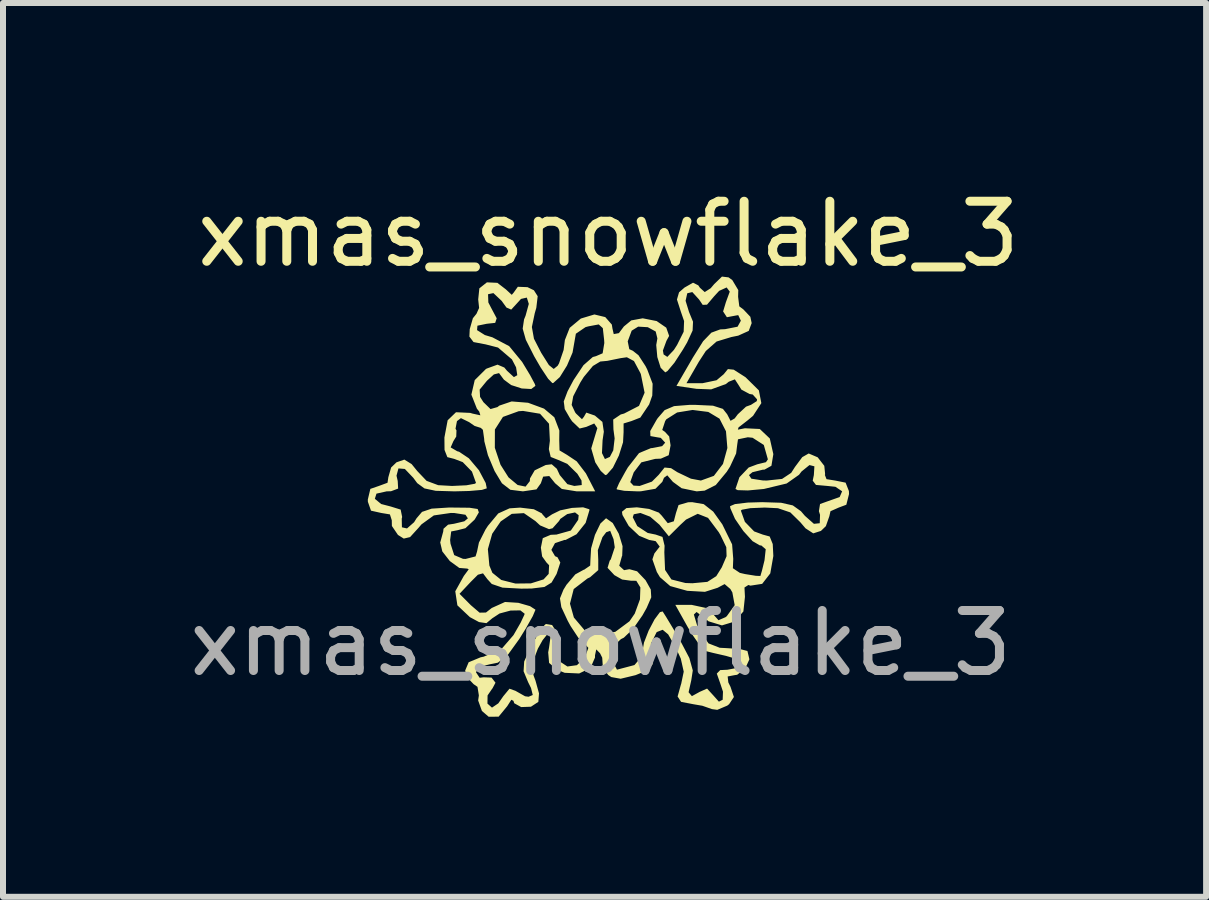
<source format=kicad_pcb>
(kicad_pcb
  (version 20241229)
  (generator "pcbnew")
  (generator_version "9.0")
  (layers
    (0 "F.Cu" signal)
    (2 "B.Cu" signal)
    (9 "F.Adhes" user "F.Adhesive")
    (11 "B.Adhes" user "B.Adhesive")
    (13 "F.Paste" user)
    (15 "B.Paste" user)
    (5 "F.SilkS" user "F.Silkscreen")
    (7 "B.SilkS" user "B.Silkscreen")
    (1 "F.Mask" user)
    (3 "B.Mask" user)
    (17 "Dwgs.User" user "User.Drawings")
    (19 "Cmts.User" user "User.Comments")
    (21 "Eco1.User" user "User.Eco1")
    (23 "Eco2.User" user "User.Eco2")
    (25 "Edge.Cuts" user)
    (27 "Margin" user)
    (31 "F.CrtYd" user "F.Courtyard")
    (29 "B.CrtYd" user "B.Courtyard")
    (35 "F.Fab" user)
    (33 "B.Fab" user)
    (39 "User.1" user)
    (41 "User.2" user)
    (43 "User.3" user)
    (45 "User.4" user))
  (footprint "xmas_snowflake_3"
    (layer "F.Cu")
    (at 6.958 5.166)
    (property "Reference" "xmas_snowflake_3" (at 0.127 -4.318 0) (unlocked yes) (layer "F.SilkS") (effects (font (size 1 1) (thickness 0.15))))
    (fp_poly (pts (xy 2.13 -3.595) (xy 2.192 -3.55) (xy 2.292 -3.383) (xy 2.289 -3.271) (xy 2.309 -3.112) (xy 2.377 -3.061) (xy 2.493 -2.938) (xy 2.515 -2.833) (xy 2.466 -2.703) (xy 2.291 -2.624) (xy 2.177 -2.601) (xy 1.93 -2.526) (xy 1.751 -2.368) (xy 1.634 -2.188) (xy 1.429 -1.832) (xy 1.697 -1.832) (xy 1.93 -1.881) (xy 2.049 -1.981) (xy 2.119 -2.067) (xy 2.216 -2.057) (xy 2.396 -1.942) (xy 2.414 -1.93) (xy 2.635 -1.712) (xy 2.676 -1.5) (xy 2.538 -1.288) (xy 2.448 -1.213) (xy 2.296 -1.095) (xy 2.285 -1.058) (xy 2.403 -1.081) (xy 2.65 -1.069) (xy 2.817 -0.911) (xy 2.876 -0.65) (xy 2.844 -0.456) (xy 2.729 -0.392) (xy 2.701 -0.391) (xy 2.528 -0.349) (xy 2.47 -0.301) (xy 2.51 -0.241) (xy 2.698 -0.212) (xy 2.765 -0.21) (xy 3.021 -0.237) (xy 3.173 -0.338) (xy 3.236 -0.436) (xy 3.358 -0.6) (xy 3.465 -0.661) (xy 3.615 -0.597) (xy 3.725 -0.455) (xy 3.739 -0.314) (xy 3.734 -0.304) (xy 3.762 -0.233) (xy 3.906 -0.21) (xy 4.08 -0.175) (xy 4.135 -0.035) (xy 4.137 0.015) (xy 4.092 0.193) (xy 3.966 0.24) (xy 3.828 0.301) (xy 3.809 0.385) (xy 3.751 0.55) (xy 3.669 0.629) (xy 3.541 0.67) (xy 3.412 0.586) (xy 3.325 0.484) (xy 3.159 0.321) (xy 2.953 0.251) (xy 2.734 0.24) (xy 2.494 0.25) (xy 2.352 0.276) (xy 2.335 0.291) (xy 2.402 0.478) (xy 2.556 0.637) (xy 2.699 0.69) (xy 2.815 0.722) (xy 2.866 0.848) (xy 2.876 1.047) (xy 2.825 1.337) (xy 2.69 1.511) (xy 2.495 1.541) (xy 2.46 1.53) (xy 2.395 1.572) (xy 2.403 1.727) (xy 2.377 1.971) (xy 2.231 2.139) (xy 2.02 2.203) (xy 1.796 2.135) (xy 1.733 2.082) (xy 1.597 1.98) (xy 1.552 2.022) (xy 1.603 2.193) (xy 1.655 2.303) (xy 1.796 2.503) (xy 1.983 2.576) (xy 2.097 2.582) (xy 2.316 2.596) (xy 2.442 2.629) (xy 2.445 2.632) (xy 2.477 2.768) (xy 2.405 2.927) (xy 2.273 3.026) (xy 2.231 3.032) (xy 2.115 3.054) (xy 2.126 3.153) (xy 2.163 3.228) (xy 2.219 3.396) (xy 2.139 3.516) (xy 2.108 3.54) (xy 1.942 3.61) (xy 1.853 3.598) (xy 1.693 3.542) (xy 1.541 3.516) (xy 1.339 3.477) (xy 1.281 3.388) (xy 1.335 3.193) (xy 1.341 3.175) (xy 1.383 2.974) (xy 1.334 2.756) (xy 1.249 2.571) (xy 1.124 2.353) (xy 1.032 2.276) (xy 0.937 2.313) (xy 0.93 2.319) (xy 0.836 2.51) (xy 0.85 2.677) (xy 0.866 2.847) (xy 0.79 2.947) (xy 0.581 3.032) (xy 0.332 3.092) (xy 0.176 3.064) (xy 0.126 3.03) (xy 0.034 2.912) (xy 0.033 2.86) (xy 0.025 2.741) (xy -0.011 2.668) (xy -0.074 2.603) (xy -0.095 2.701) (xy -0.095 2.738) (xy -0.171 2.913) (xy -0.359 3.004) (xy -0.601 2.993) (xy -0.725 2.943) (xy -0.86 2.828) (xy -0.875 2.652) (xy -0.861 2.575) (xy -0.833 2.37) (xy -0.871 2.328) (xy -0.968 2.449) (xy -1.047 2.591) (xy -1.138 2.828) (xy -1.12 3.034) (xy -1.086 3.126) (xy -1.028 3.336) (xy -1.039 3.477) (xy -1.162 3.558) (xy -1.325 3.564) (xy -1.441 3.5) (xy -1.454 3.46) (xy -1.489 3.442) (xy -1.558 3.55) (xy -1.701 3.724) (xy -1.867 3.725) (xy -1.979 3.629) (xy -2.042 3.454) (xy -2.03 3.37) (xy -2.053 3.227) (xy -2.118 3.182) (xy -2.236 3.057) (xy -2.258 2.955) (xy -2.2 2.817) (xy -2.001 2.735) (xy -1.949 2.724) (xy -1.657 2.601) (xy -1.453 2.365) (xy -1.335 2.16) (xy -1.271 2.024) (xy -1.268 2.008) (xy -1.339 1.953) (xy -1.502 1.956) (xy -1.685 2.005) (xy -1.807 2.085) (xy -1.904 2.166) (xy -2.027 2.148) (xy -2.179 2.066) (xy -2.388 1.869) (xy -2.423 1.635) (xy -2.281 1.38) (xy -2.199 1.269) (xy -2.222 1.257) (xy -2.356 1.246) (xy -2.514 1.131) (xy -2.639 0.971) (xy -2.674 0.821) (xy -2.67 0.809) (xy -2.624 0.64) (xy -2.619 0.593) (xy -2.543 0.525) (xy -2.444 0.51) (xy -2.272 0.469) (xy -2.213 0.42) (xy -2.253 0.36) (xy -2.439 0.331) (xy -2.497 0.33) (xy -2.78 0.371) (xy -2.986 0.52) (xy -3.033 0.575) (xy -3.176 0.732) (xy -3.281 0.757) (xy -3.378 0.696) (xy -3.479 0.547) (xy -3.481 0.451) (xy -3.512 0.354) (xy -3.657 0.33) (xy -3.827 0.292) (xy -3.879 0.144) (xy -3.88 0.105) (xy -3.877 0.094) (xy -3.763 0.094) (xy -3.658 0.181) (xy -3.5 0.222) (xy -3.333 0.274) (xy -3.308 0.397) (xy -3.315 0.425) (xy -3.312 0.569) (xy -3.227 0.588) (xy -3.109 0.484) (xy -3.069 0.42) (xy -2.977 0.312) (xy -2.816 0.258) (xy -2.535 0.24) (xy -2.47 0.24) (xy -2.186 0.243) (xy -2.05 0.264) (xy -2.03 0.32) (xy -2.094 0.43) (xy -2.103 0.443) (xy -2.254 0.584) (xy -2.388 0.618) (xy -2.491 0.638) (xy -2.509 0.78) (xy -2.502 0.843) (xy -2.441 1.032) (xy -2.295 1.094) (xy -2.251 1.096) (xy -2.085 1.054) (xy -2.06 0.972) (xy -2.052 0.933) (xy -1.88 0.933) (xy -1.855 1.206) (xy -1.805 1.327) (xy -1.657 1.446) (xy -1.42 1.506) (xy -1.163 1.503) (xy -0.952 1.437) (xy -0.867 1.345) (xy -0.86 1.201) (xy -0.902 1.157) (xy -0.976 1.054) (xy -0.997 0.908) (xy -0.965 0.75) (xy -0.833 0.694) (xy -0.737 0.69) (xy -0.498 0.623) (xy -0.375 0.444) (xy -0.367 0.368) (xy -0.428 0.321) (xy -0.558 0.349) (xy -0.673 0.429) (xy -0.695 0.465) (xy -0.802 0.585) (xy -0.861 0.6) (xy -1.01 0.537) (xy -1.088 0.465) (xy -1.28 0.333) (xy -1.482 0.345) (xy -1.666 0.471) (xy -1.808 0.677) (xy -1.88 0.933) (xy -2.052 0.933) (xy -2.029 0.823) (xy -1.92 0.607) (xy -1.879 0.544) (xy -1.707 0.338) (xy -1.519 0.253) (xy -1.343 0.241) (xy -1.115 0.268) (xy -0.98 0.337) (xy -0.971 0.353) (xy -0.911 0.42) (xy -0.811 0.353) (xy -0.676 0.287) (xy -0.48 0.246) (xy -0.293 0.236) (xy -0.191 0.268) (xy -0.187 0.281) (xy -0.251 0.495) (xy -0.403 0.685) (xy -0.584 0.779) (xy -0.607 0.78) (xy -0.762 0.833) (xy -0.822 0.945) (xy -0.761 1.05) (xy -0.72 1.068) (xy -0.673 1.156) (xy -0.735 1.346) (xy -0.819 1.49) (xy -0.938 1.563) (xy -1.15 1.589) (xy -1.323 1.591) (xy -1.636 1.574) (xy -1.815 1.513) (xy -1.888 1.433) (xy -1.961 1.336) (xy -2.046 1.359) (xy -2.164 1.477) (xy -2.352 1.677) (xy -2.163 1.867) (xy -2.018 1.991) (xy -1.912 1.989) (xy -1.815 1.913) (xy -1.594 1.813) (xy -1.372 1.827) (xy -1.177 1.883) (xy -1.088 1.941) (xy -1.088 1.945) (xy -1.132 2.049) (xy -1.247 2.253) (xy -1.356 2.429) (xy -1.548 2.695) (xy -1.713 2.824) (xy -1.851 2.852) (xy -2.033 2.898) (xy -2.078 2.984) (xy -2.017 3.076) (xy -1.952 3.068) (xy -1.819 3.073) (xy -1.753 3.158) (xy -1.805 3.256) (xy -1.807 3.256) (xy -1.885 3.37) (xy -1.887 3.506) (xy -1.812 3.573) (xy -1.811 3.573) (xy -1.706 3.502) (xy -1.623 3.383) (xy -1.52 3.258) (xy -1.421 3.293) (xy -1.26 3.384) (xy -1.202 3.392) (xy -1.132 3.363) (xy -1.161 3.247) (xy -1.211 3.146) (xy -1.285 2.967) (xy -1.275 2.806) (xy -1.177 2.581) (xy -1.17 2.567) (xy -1.043 2.345) (xy -0.936 2.199) (xy -0.913 2.18) (xy -0.81 2.197) (xy -0.724 2.331) (xy -0.682 2.521) (xy -0.694 2.645) (xy -0.675 2.809) (xy -0.555 2.888) (xy -0.396 2.866) (xy -0.263 2.736) (xy -0.206 2.578) (xy -0.266 2.51) (xy -0.37 2.414) (xy -0.502 2.214) (xy -0.55 2.126) (xy -0.656 1.899) (xy -0.665 1.841) (xy -0.512 1.841) (xy -0.447 2.072) (xy -0.27 2.282) (xy -0.023 2.361) (xy 0.244 2.31) (xy 0.479 2.135) (xy 0.567 2.007) (xy 0.654 1.769) (xy 0.661 1.571) (xy 0.593 1.46) (xy 0.504 1.459) (xy 0.357 1.439) (xy 0.228 1.366) (xy 0.114 1.244) (xy 0.15 1.125) (xy 0.168 1.103) (xy 0.234 0.902) (xy 0.214 0.768) (xy 0.158 0.628) (xy 0.092 0.651) (xy 0.029 0.733) (xy -0.048 0.951) (xy -0.041 1.108) (xy -0.041 1.282) (xy -0.177 1.401) (xy -0.221 1.422) (xy -0.45 1.598) (xy -0.512 1.841) (xy -0.665 1.841) (xy -0.679 1.753) (xy -0.621 1.609) (xy -0.57 1.526) (xy -0.423 1.353) (xy -0.283 1.276) (xy -0.277 1.276) (xy -0.175 1.206) (xy -0.171 1.107) (xy -0.16 0.919) (xy -0.096 0.695) (xy -0.005 0.506) (xy 0.087 0.42) (xy 0.092 0.42) (xy 0.2 0.497) (xy 0.301 0.676) (xy 0.364 0.883) (xy 0.358 1.042) (xy 0.353 1.052) (xy 0.309 1.21) (xy 0.389 1.283) (xy 0.478 1.267) (xy 0.606 1.302) (xy 0.746 1.449) (xy 0.748 1.452) (xy 0.834 1.605) (xy 0.842 1.735) (xy 0.765 1.913) (xy 0.695 2.037) (xy 0.538 2.262) (xy 0.385 2.408) (xy 0.337 2.432) (xy 0.22 2.54) (xy 0.209 2.709) (xy 0.24 2.882) (xy 0.271 2.941) (xy 0.562 2.864) (xy 0.689 2.714) (xy 0.695 2.639) (xy 0.721 2.49) (xy 0.798 2.291) (xy 0.897 2.103) (xy 0.987 1.982) (xy 1.032 1.971) (xy 1.086 2.056) (xy 1.203 2.25) (xy 1.321 2.45) (xy 1.477 2.747) (xy 1.534 2.954) (xy 1.509 3.116) (xy 1.464 3.317) (xy 1.519 3.382) (xy 1.65 3.31) (xy 1.772 3.256) (xy 1.869 3.362) (xy 1.871 3.364) (xy 1.969 3.474) (xy 2.032 3.442) (xy 2.037 3.307) (xy 1.991 3.168) (xy 1.934 3.006) (xy 1.991 2.948) (xy 2.112 2.942) (xy 2.294 2.907) (xy 2.32 2.828) (xy 2.194 2.742) (xy 2.087 2.711) (xy 1.873 2.662) (xy 1.75 2.631) (xy 1.655 2.542) (xy 1.52 2.348) (xy 1.451 2.233) (xy 1.243 1.861) (xy 1.514 1.861) (xy 1.755 1.913) (xy 1.872 2.015) (xy 1.962 2.117) (xy 2.08 2.066) (xy 2.101 2.049) (xy 2.232 1.866) (xy 2.193 1.654) (xy 2.16 1.597) (xy 2.064 1.515) (xy 1.947 1.577) (xy 1.736 1.644) (xy 1.441 1.627) (xy 1.158 1.548) (xy 0.987 1.4) (xy 0.935 1.314) (xy 0.861 1.103) (xy 0.894 1.005) (xy 0.983 0.891) (xy 0.916 0.8) (xy 0.809 0.78) (xy 0.64 0.71) (xy 0.467 0.547) (xy 0.384 0.402) (xy 0.534 0.402) (xy 0.609 0.549) (xy 0.783 0.663) (xy 0.915 0.69) (xy 1.029 0.729) (xy 1.064 0.876) (xy 1.06 0.986) (xy 1.072 1.279) (xy 1.178 1.438) (xy 1.411 1.497) (xy 1.527 1.501) (xy 1.777 1.478) (xy 1.925 1.383) (xy 2.017 1.236) (xy 2.097 1.05) (xy 2.092 0.9) (xy 1.996 0.701) (xy 1.966 0.65) (xy 1.788 0.412) (xy 1.616 0.344) (xy 1.422 0.44) (xy 1.33 0.525) (xy 1.135 0.719) (xy 0.978 0.525) (xy 0.823 0.392) (xy 0.661 0.33) (xy 0.551 0.352) (xy 0.534 0.402) (xy 0.384 0.402) (xy 0.362 0.363) (xy 0.354 0.31) (xy 0.428 0.249) (xy 0.602 0.236) (xy 0.806 0.263) (xy 0.968 0.324) (xy 1.017 0.375) (xy 1.117 0.5) (xy 1.218 0.469) (xy 1.254 0.33) (xy 1.297 0.198) (xy 1.456 0.152) (xy 1.523 0.15) (xy 1.716 0.183) (xy 1.875 0.308) (xy 2.026 0.52) (xy 2.189 0.853) (xy 2.208 1.095) (xy 2.202 1.251) (xy 2.318 1.328) (xy 2.404 1.348) (xy 2.585 1.377) (xy 2.66 1.38) (xy 2.686 1.293) (xy 2.729 1.118) (xy 2.749 0.934) (xy 2.676 0.872) (xy 2.651 0.87) (xy 2.53 0.8) (xy 2.377 0.632) (xy 2.237 0.428) (xy 2.16 0.252) (xy 2.155 0.217) (xy 2.237 0.182) (xy 2.449 0.157) (xy 2.689 0.15) (xy 3.005 0.16) (xy 3.2 0.204) (xy 3.336 0.301) (xy 3.402 0.378) (xy 3.552 0.511) (xy 3.649 0.501) (xy 3.654 0.361) (xy 3.635 0.3) (xy 3.654 0.181) (xy 3.785 0.134) (xy 3.981 0.065) (xy 4.022 -0.031) (xy 3.91 -0.106) (xy 3.778 -0.12) (xy 3.586 -0.137) (xy 3.532 -0.208) (xy 3.551 -0.301) (xy 3.56 -0.447) (xy 3.478 -0.468) (xy 3.346 -0.361) (xy 3.304 -0.306) (xy 3.098 -0.161) (xy 2.724 -0.071) (xy 2.713 -0.069) (xy 2.452 -0.045) (xy 2.282 -0.05) (xy 2.245 -0.07) (xy 2.311 -0.265) (xy 2.465 -0.427) (xy 2.609 -0.481) (xy 2.753 -0.516) (xy 2.785 -0.563) (xy 2.717 -0.803) (xy 2.53 -0.923) (xy 2.451 -0.931) (xy 2.287 -0.897) (xy 2.274 -0.807) (xy 2.256 -0.661) (xy 2.155 -0.443) (xy 2.1 -0.356) (xy 1.917 -0.135) (xy 1.732 -0.042) (xy 1.599 -0.03) (xy 1.348 -0.082) (xy 1.203 -0.188) (xy 1.109 -0.297) (xy 1.054 -0.256) (xy 1.026 -0.188) (xy 0.912 -0.073) (xy 0.669 -0.031) (xy 0.614 -0.03) (xy 0.392 -0.039) (xy 0.271 -0.062) (xy 0.264 -0.07) (xy 0.305 -0.165) (xy 0.315 -0.184) (xy 0.492 -0.184) (xy 0.546 -0.126) (xy 0.649 -0.12) (xy 0.853 -0.192) (xy 0.965 -0.304) (xy 1.064 -0.427) (xy 1.172 -0.416) (xy 1.277 -0.349) (xy 1.503 -0.241) (xy 1.669 -0.21) (xy 1.885 -0.288) (xy 2.037 -0.487) (xy 2.11 -0.752) (xy 2.087 -1.031) (xy 1.979 -1.241) (xy 1.792 -1.353) (xy 1.531 -1.386) (xy 1.273 -1.344) (xy 1.093 -1.23) (xy 1.074 -1.201) (xy 1.025 -1.053) (xy 1.071 -1.021) (xy 1.141 -0.944) (xy 1.164 -0.796) (xy 1.133 -0.632) (xy 1.002 -0.575) (xy 0.908 -0.571) (xy 0.677 -0.513) (xy 0.55 -0.346) (xy 0.492 -0.184) (xy 0.315 -0.184) (xy 0.409 -0.355) (xy 0.453 -0.43) (xy 0.639 -0.668) (xy 0.837 -0.75) (xy 0.858 -0.751) (xy 1.023 -0.783) (xy 1.074 -0.841) (xy 1.001 -0.921) (xy 0.939 -0.931) (xy 0.828 -0.951) (xy 0.825 -1.035) (xy 0.93 -1.22) (xy 0.949 -1.249) (xy 1.065 -1.383) (xy 1.222 -1.45) (xy 1.483 -1.471) (xy 1.57 -1.471) (xy 1.871 -1.457) (xy 2.036 -1.404) (xy 2.107 -1.314) (xy 2.163 -1.205) (xy 2.232 -1.245) (xy 2.284 -1.314) (xy 2.421 -1.441) (xy 2.503 -1.471) (xy 2.6 -1.533) (xy 2.605 -1.562) (xy 2.533 -1.643) (xy 2.48 -1.652) (xy 2.344 -1.725) (xy 2.298 -1.799) (xy 2.235 -1.896) (xy 2.133 -1.856) (xy 2.086 -1.818) (xy 1.84 -1.729) (xy 1.596 -1.738) (xy 1.262 -1.787) (xy 1.536 -2.26) (xy 1.706 -2.531) (xy 1.844 -2.674) (xy 1.991 -2.728) (xy 2.072 -2.732) (xy 2.28 -2.773) (xy 2.335 -2.873) (xy 2.291 -2.966) (xy 2.245 -2.958) (xy 2.102 -2.931) (xy 2.039 -3.027) (xy 2.086 -3.183) (xy 2.15 -3.357) (xy 2.098 -3.427) (xy 1.973 -3.37) (xy 1.891 -3.281) (xy 1.771 -3.14) (xy 1.699 -3.137) (xy 1.638 -3.227) (xy 1.526 -3.35) (xy 1.442 -3.33) (xy 1.414 -3.205) (xy 1.471 -3.019) (xy 1.538 -2.856) (xy 1.531 -2.709) (xy 1.439 -2.51) (xy 1.371 -2.394) (xy 1.228 -2.173) (xy 1.113 -2.035) (xy 1.075 -2.012) (xy 0.999 -2.089) (xy 0.943 -2.267) (xy 0.925 -2.468) (xy 0.944 -2.578) (xy 0.916 -2.693) (xy 0.784 -2.765) (xy 0.624 -2.774) (xy 0.516 -2.707) (xy 0.45 -2.529) (xy 0.476 -2.399) (xy 0.535 -2.372) (xy 0.629 -2.298) (xy 0.747 -2.116) (xy 0.774 -2.063) (xy 0.865 -1.823) (xy 0.859 -1.626) (xy 0.807 -1.478) (xy 0.66 -1.259) (xy 0.512 -1.201) (xy 0.381 -1.161) (xy 0.381 -1.016) (xy 0.372 -0.847) (xy 0.303 -0.627) (xy 0.203 -0.424) (xy 0.101 -0.308) (xy 0.076 -0.301) (xy -0.000023 -0.371) (xy -0.091 -0.514) (xy -0.158 -0.745) (xy -0.109 -0.908) (xy -0.056 -1.083) (xy -0.108 -1.161) (xy -0.24 -1.104) (xy -0.351 -1.077) (xy -0.477 -1.197) (xy -0.512 -1.249) (xy -0.6 -1.401) (xy -0.608 -1.47) (xy -0.484 -1.47) (xy -0.426 -1.346) (xy -0.411 -1.326) (xy -0.312 -1.232) (xy -0.28 -1.272) (xy -0.24 -1.342) (xy -0.101 -1.294) (xy -0.094 -1.29) (xy 0.028 -1.187) (xy 0.052 -1.023) (xy 0.031 -0.881) (xy 0.021 -0.668) (xy 0.07 -0.568) (xy 0.152 -0.604) (xy 0.209 -0.713) (xy 0.232 -0.912) (xy 0.212 -1.062) (xy 0.208 -1.226) (xy 0.334 -1.311) (xy 0.389 -1.326) (xy 0.638 -1.454) (xy 0.731 -1.673) (xy 0.669 -1.981) (xy 0.661 -2.001) (xy 0.554 -2.201) (xy 0.436 -2.264) (xy 0.331 -2.249) (xy 0.11 -2.204) (xy -0.007 -2.193) (xy -0.13 -2.119) (xy -0.282 -1.936) (xy -0.34 -1.843) (xy -0.458 -1.614) (xy -0.484 -1.47) (xy -0.608 -1.47) (xy -0.616 -1.528) (xy -0.552 -1.697) (xy -0.452 -1.885) (xy -0.287 -2.132) (xy -0.132 -2.268) (xy -0.08 -2.282) (xy 0.032 -2.33) (xy 0.06 -2.501) (xy 0.057 -2.552) (xy 0.035 -2.749) (xy -0.033 -2.811) (xy -0.205 -2.779) (xy -0.253 -2.766) (xy -0.414 -2.656) (xy -0.438 -2.52) (xy -0.469 -2.343) (xy -0.562 -2.125) (xy -0.681 -1.934) (xy -0.789 -1.836) (xy -0.805 -1.833) (xy -0.876 -1.906) (xy -1 -2.093) (xy -1.109 -2.281) (xy -1.248 -2.556) (xy -1.3 -2.741) (xy -1.277 -2.895) (xy -1.252 -2.956) (xy -1.198 -3.153) (xy -1.231 -3.258) (xy -1.328 -3.236) (xy -1.398 -3.159) (xy -1.491 -3.058) (xy -1.57 -3.092) (xy -1.651 -3.204) (xy -1.788 -3.333) (xy -1.877 -3.314) (xy -1.872 -3.177) (xy -1.827 -3.09) (xy -1.733 -2.913) (xy -1.758 -2.837) (xy -1.898 -2.822) (xy -2.054 -2.79) (xy -2.06 -2.716) (xy -1.93 -2.634) (xy -1.804 -2.596) (xy -1.525 -2.449) (xy -1.309 -2.186) (xy -1.177 -1.967) (xy -1.098 -1.819) (xy -1.088 -1.788) (xy -1.157 -1.735) (xy -1.316 -1.744) (xy -1.492 -1.801) (xy -1.613 -1.891) (xy -1.619 -1.899) (xy -1.694 -2) (xy -1.78 -1.978) (xy -1.895 -1.873) (xy -2.017 -1.725) (xy -2.01 -1.604) (xy -1.954 -1.516) (xy -1.836 -1.401) (xy -1.72 -1.434) (xy -1.69 -1.458) (xy -1.484 -1.528) (xy -1.21 -1.506) (xy -0.944 -1.408) (xy -0.773 -1.264) (xy -0.689 -1.043) (xy -0.691 -0.882) (xy -0.686 -0.712) (xy -0.562 -0.638) (xy -0.4 -0.53) (xy -0.247 -0.33) (xy -0.237 -0.311) (xy -0.092 -0.03) (xy -0.4 -0.03) (xy -0.648 -0.07) (xy -0.76 -0.165) (xy -0.857 -0.285) (xy -0.959 -0.275) (xy -0.997 -0.165) (xy -1.07 -0.063) (xy -1.296 -0.03) (xy -1.505 -0.056) (xy -1.646 -0.165) (xy -1.768 -0.368) (xy -1.879 -0.632) (xy -1.911 -0.756) (xy -1.764 -0.756) (xy -1.669 -0.473) (xy -1.536 -0.263) (xy -1.384 -0.136) (xy -1.252 -0.109) (xy -1.181 -0.2) (xy -1.178 -0.246) (xy -1.1 -0.38) (xy -0.916 -0.469) (xy -0.816 -0.481) (xy -0.731 -0.406) (xy -0.682 -0.301) (xy -0.555 -0.15) (xy -0.44 -0.12) (xy -0.316 -0.135) (xy -0.32 -0.211) (xy -0.389 -0.323) (xy -0.557 -0.488) (xy -0.709 -0.554) (xy -0.833 -0.603) (xy -0.864 -0.733) (xy -0.847 -0.873) (xy -0.861 -1.156) (xy -1.011 -1.323) (xy -1.295 -1.37) (xy -1.367 -1.365) (xy -1.629 -1.27) (xy -1.763 -1.06) (xy -1.764 -0.756) (xy -1.911 -0.756) (xy -1.939 -0.864) (xy -1.942 -0.907) (xy -1.963 -1.055) (xy -1.997 -1.087) (xy -2.101 -1.12) (xy -2.192 -1.183) (xy -2.329 -1.25) (xy -2.395 -1.2) (xy -2.419 -1.073) (xy -2.403 -1.046) (xy -2.407 -0.943) (xy -2.454 -0.867) (xy -2.5 -0.762) (xy -2.39 -0.698) (xy -2.36 -0.69) (xy -2.197 -0.581) (xy -2.029 -0.382) (xy -1.916 -0.169) (xy -1.898 -0.08) (xy -1.98 -0.054) (xy -2.193 -0.036) (xy -2.437 -0.03) (xy -2.749 -0.039) (xy -2.937 -0.079) (xy -3.057 -0.167) (xy -3.122 -0.255) (xy -3.263 -0.403) (xy -3.37 -0.412) (xy -3.402 -0.291) (xy -3.382 -0.203) (xy -3.375 -0.076) (xy -3.493 -0.032) (xy -3.566 -0.03) (xy -3.736 0.008) (xy -3.763 0.094) (xy -3.877 0.094) (xy -3.838 -0.071) (xy -3.696 -0.12) (xy -3.552 -0.173) (xy -3.538 -0.266) (xy -3.492 -0.427) (xy -3.402 -0.514) (xy -3.271 -0.559) (xy -3.15 -0.484) (xy -3.056 -0.368) (xy -2.901 -0.205) (xy -2.708 -0.133) (xy -2.476 -0.12) (xy -2.237 -0.131) (xy -2.095 -0.157) (xy -2.078 -0.171) (xy -2.145 -0.359) (xy -2.299 -0.517) (xy -2.441 -0.571) (xy -2.555 -0.6) (xy -2.602 -0.72) (xy -2.604 -0.927) (xy -2.55 -1.214) (xy -2.411 -1.348) (xy -2.174 -1.337) (xy -2.134 -1.325) (xy -2.005 -1.297) (xy -2.024 -1.359) (xy -2.063 -1.408) (xy -2.155 -1.641) (xy -2.099 -1.883) (xy -1.913 -2.068) (xy -1.898 -2.076) (xy -1.719 -2.141) (xy -1.606 -2.093) (xy -1.561 -2.039) (xy -1.446 -1.933) (xy -1.39 -1.965) (xy -1.41 -2.096) (xy -1.479 -2.228) (xy -1.711 -2.426) (xy -1.919 -2.479) (xy -2.119 -2.517) (xy -2.188 -2.608) (xy -2.182 -2.732) (xy -2.13 -2.914) (xy -2.07 -2.988) (xy -2.026 -3.086) (xy -2.041 -3.227) (xy -2.022 -3.412) (xy -1.896 -3.512) (xy -1.722 -3.504) (xy -1.579 -3.394) (xy -1.482 -3.304) (xy -1.451 -3.34) (xy -1.381 -3.438) (xy -1.22 -3.432) (xy -1.113 -3.38) (xy -1.05 -3.281) (xy -1.073 -3.087) (xy -1.099 -2.997) (xy -1.147 -2.768) (xy -1.112 -2.572) (xy -0.992 -2.339) (xy -0.863 -2.134) (xy -0.783 -2.069) (xy -0.718 -2.122) (xy -0.695 -2.161) (xy -0.618 -2.385) (xy -0.597 -2.551) (xy -0.517 -2.754) (xy -0.331 -2.909) (xy -0.105 -2.977) (xy 0.076 -2.933) (xy 0.185 -2.809) (xy 0.196 -2.741) (xy 0.217 -2.65) (xy 0.303 -2.666) (xy 0.386 -2.777) (xy 0.509 -2.878) (xy 0.7 -2.913) (xy 0.932 -2.867) (xy 1.092 -2.757) (xy 1.14 -2.62) (xy 1.095 -2.537) (xy 1.036 -2.376) (xy 1.048 -2.311) (xy 1.11 -2.27) (xy 1.219 -2.386) (xy 1.272 -2.469) (xy 1.382 -2.689) (xy 1.389 -2.867) (xy 1.334 -3.027) (xy 1.27 -3.226) (xy 1.305 -3.346) (xy 1.396 -3.425) (xy 1.538 -3.506) (xy 1.626 -3.462) (xy 1.653 -3.422) (xy 1.733 -3.35) (xy 1.832 -3.414) (xy 1.89 -3.482) (xy 2.02 -3.608)) (stroke (width 0) (type solid)) (fill yes) (layer "F.SilkS"))
    (fp_text user "${REFERENCE}" (at 0 2.5 0) (unlocked yes) (layer "F.Fab") (effects (font (size 1 1) (thickness 0.15)))))
  (gr_rect
    (start -3 -3)
    (end 17.044 11.891)
    (stroke (width 0.1) (type default))
    (fill no)
    (layer "Edge.Cuts")))
</source>
